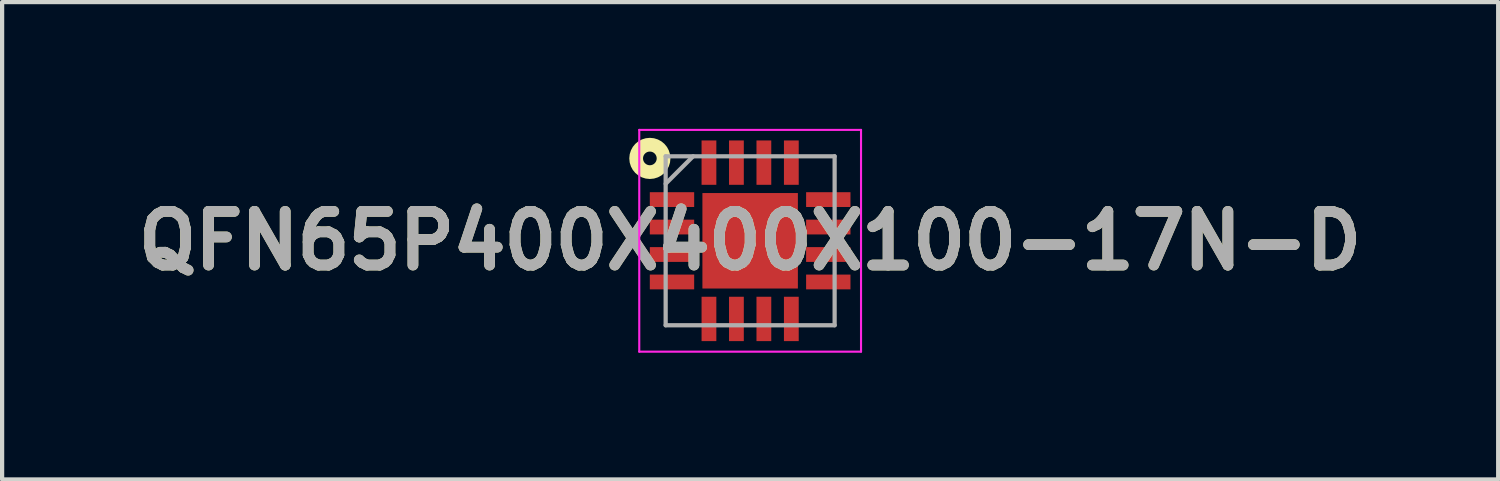
<source format=kicad_pcb>
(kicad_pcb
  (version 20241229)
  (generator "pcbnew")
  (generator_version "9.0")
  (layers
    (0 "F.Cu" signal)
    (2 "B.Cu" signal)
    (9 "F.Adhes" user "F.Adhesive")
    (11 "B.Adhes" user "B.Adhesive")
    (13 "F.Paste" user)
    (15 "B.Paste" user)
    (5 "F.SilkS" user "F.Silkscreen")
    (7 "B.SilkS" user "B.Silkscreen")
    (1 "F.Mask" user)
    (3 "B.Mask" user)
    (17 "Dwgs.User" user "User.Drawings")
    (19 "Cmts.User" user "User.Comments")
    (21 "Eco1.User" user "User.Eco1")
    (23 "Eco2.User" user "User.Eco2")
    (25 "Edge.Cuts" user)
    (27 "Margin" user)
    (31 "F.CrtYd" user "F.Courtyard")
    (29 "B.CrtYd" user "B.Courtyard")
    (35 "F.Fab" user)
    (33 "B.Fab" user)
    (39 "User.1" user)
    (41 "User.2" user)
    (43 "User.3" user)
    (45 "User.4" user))
  (footprint "QFN65P400X400X100-17N-D"
    (layer "F.Cu")
    (at 14.708 2.65)
    (property "Reference" "QFN65P400X400X100-17N-D" (at 0 0 0) (layer "F.SilkS") (effects (font (size 1.27 1.27) (thickness 0.254))))
    (attr smd)
    (fp_circle (center -2.374 -1.95) (end -2.374 -1.788) (stroke (width 0.325) (type solid)) (fill no) (layer "F.SilkS"))
    (fp_line (start -2.625 -2.625) (end 2.625 -2.625) (stroke (width 0.05) (type solid)) (layer "F.CrtYd"))
    (fp_line (start -2.625 2.625) (end -2.625 -2.625) (stroke (width 0.05) (type solid)) (layer "F.CrtYd"))
    (fp_line (start 2.625 -2.625) (end 2.625 2.625) (stroke (width 0.05) (type solid)) (layer "F.CrtYd"))
    (fp_line (start 2.625 2.625) (end -2.625 2.625) (stroke (width 0.05) (type solid)) (layer "F.CrtYd"))
    (fp_line (start -2 -2) (end 2 -2) (stroke (width 0.1) (type solid)) (layer "F.Fab"))
    (fp_line (start -2 -1.35) (end -1.35 -2) (stroke (width 0.1) (type solid)) (layer "F.Fab"))
    (fp_line (start -2 2) (end -2 -2) (stroke (width 0.1) (type solid)) (layer "F.Fab"))
    (fp_line (start 2 -2) (end 2 2) (stroke (width 0.1) (type solid)) (layer "F.Fab"))
    (fp_line (start 2 2) (end -2 2) (stroke (width 0.1) (type solid)) (layer "F.Fab"))
    (fp_text user "${REFERENCE}" (at 0 0 0) (layer "F.Fab") (effects (font (size 1.27 1.27) (thickness 0.254))))
    (pad "1" smd rect (at -1.85 -0.975 90) (size 0.35 1.05) (layers "F.Cu" "F.Mask" "F.Paste"))
    (pad "2" smd rect (at -1.85 -0.325 90) (size 0.35 1.05) (layers "F.Cu" "F.Mask" "F.Paste"))
    (pad "3" smd rect (at -1.85 0.325 90) (size 0.35 1.05) (layers "F.Cu" "F.Mask" "F.Paste"))
    (pad "4" smd rect (at -1.85 0.975 90) (size 0.35 1.05) (layers "F.Cu" "F.Mask" "F.Paste"))
    (pad "5" smd rect (at -0.975 1.85) (size 0.35 1.05) (layers "F.Cu" "F.Mask" "F.Paste"))
    (pad "6" smd rect (at -0.325 1.85) (size 0.35 1.05) (layers "F.Cu" "F.Mask" "F.Paste"))
    (pad "7" smd rect (at 0.325 1.85) (size 0.35 1.05) (layers "F.Cu" "F.Mask" "F.Paste"))
    (pad "8" smd rect (at 0.975 1.85) (size 0.35 1.05) (layers "F.Cu" "F.Mask" "F.Paste"))
    (pad "9" smd rect (at 1.85 0.975 90) (size 0.35 1.05) (layers "F.Cu" "F.Mask" "F.Paste"))
    (pad "10" smd rect (at 1.85 0.325 90) (size 0.35 1.05) (layers "F.Cu" "F.Mask" "F.Paste"))
    (pad "11" smd rect (at 1.85 -0.325 90) (size 0.35 1.05) (layers "F.Cu" "F.Mask" "F.Paste"))
    (pad "12" smd rect (at 1.85 -0.975 90) (size 0.35 1.05) (layers "F.Cu" "F.Mask" "F.Paste"))
    (pad "13" smd rect (at 0.975 -1.85) (size 0.35 1.05) (layers "F.Cu" "F.Mask" "F.Paste"))
    (pad "14" smd rect (at 0.325 -1.85) (size 0.35 1.05) (layers "F.Cu" "F.Mask" "F.Paste"))
    (pad "15" smd rect (at -0.325 -1.85) (size 0.35 1.05) (layers "F.Cu" "F.Mask" "F.Paste"))
    (pad "16" smd rect (at -0.975 -1.85) (size 0.35 1.05) (layers "F.Cu" "F.Mask" "F.Paste"))
    (pad "17" smd rect (at 0 0) (size 2.26 2.26) (layers "F.Cu" "F.Mask" "F.Paste")))
  (gr_rect
    (start -3 -3)
    (end 32.416 8.3)
    (stroke (width 0.1) (type default))
    (fill no)
    (layer "Edge.Cuts")))
</source>
